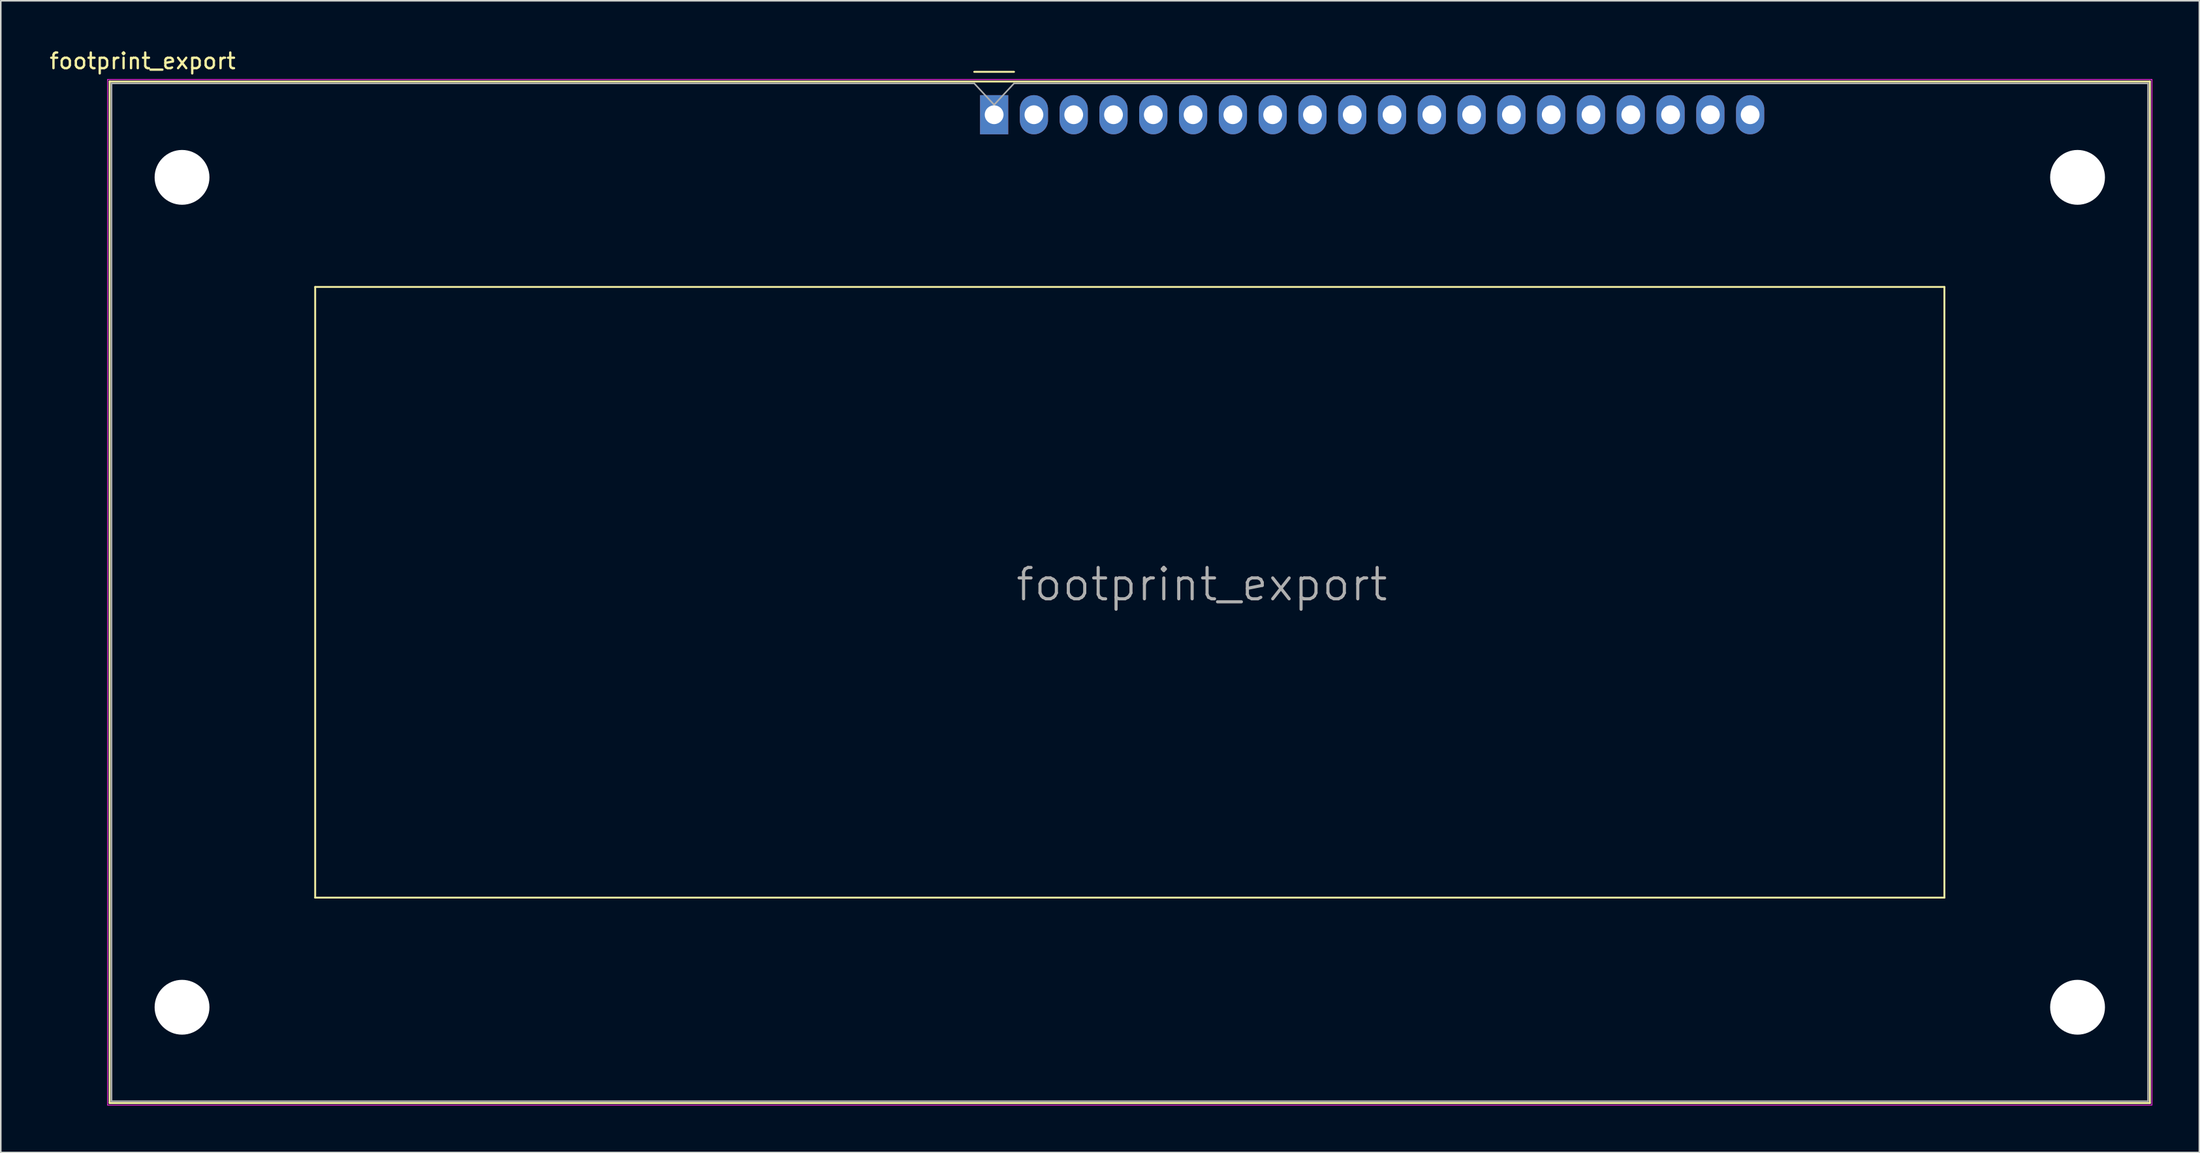
<source format=kicad_pcb>
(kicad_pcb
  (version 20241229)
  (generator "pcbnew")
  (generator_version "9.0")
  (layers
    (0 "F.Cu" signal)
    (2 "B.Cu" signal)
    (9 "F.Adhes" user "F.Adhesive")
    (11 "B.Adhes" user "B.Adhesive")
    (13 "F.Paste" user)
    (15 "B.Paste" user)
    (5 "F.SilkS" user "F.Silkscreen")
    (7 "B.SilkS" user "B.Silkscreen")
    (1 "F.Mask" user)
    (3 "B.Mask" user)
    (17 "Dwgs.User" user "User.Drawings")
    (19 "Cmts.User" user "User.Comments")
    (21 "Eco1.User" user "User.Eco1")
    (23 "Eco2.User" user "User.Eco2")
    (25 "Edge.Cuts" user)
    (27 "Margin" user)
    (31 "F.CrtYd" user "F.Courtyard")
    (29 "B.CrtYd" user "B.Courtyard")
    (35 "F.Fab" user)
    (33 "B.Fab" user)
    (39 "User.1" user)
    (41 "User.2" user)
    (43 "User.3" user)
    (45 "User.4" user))
  (footprint "footprint_export"
    (layer "F.Cu")
    (at 60.41 4.277)
    (property "Reference" "footprint_export" (at -54.356 -3.429 0) (layer "F.SilkS") (effects (font (size 1 1) (thickness 0.15))))
    (attr through_hole)
    (fp_line (start -56.46 -2.12) (end 73.78 -2.12) (stroke (width 0.12) (type solid)) (layer "F.SilkS"))
    (fp_line (start -56.46 63.12) (end -56.46 -2.12) (stroke (width 0.12) (type solid)) (layer "F.SilkS"))
    (fp_line (start -43.34 11) (end 60.66 11) (stroke (width 0.12) (type solid)) (layer "F.SilkS"))
    (fp_line (start -43.34 50) (end -43.34 11) (stroke (width 0.12) (type solid)) (layer "F.SilkS"))
    (fp_line (start 1.27 -2.74) (end -1.27 -2.74) (stroke (width 0.12) (type solid)) (layer "F.SilkS"))
    (fp_line (start 60.66 11) (end 60.66 50) (stroke (width 0.12) (type solid)) (layer "F.SilkS"))
    (fp_line (start 60.66 50) (end -43.34 50) (stroke (width 0.12) (type solid)) (layer "F.SilkS"))
    (fp_line (start 73.78 -2.12) (end 73.78 63.12) (stroke (width 0.12) (type solid)) (layer "F.SilkS"))
    (fp_line (start 73.78 63.12) (end -56.46 63.12) (stroke (width 0.12) (type solid)) (layer "F.SilkS"))
    (fp_line (start -56.59 -2.25) (end 73.91 -2.25) (stroke (width 0.05) (type solid)) (layer "F.CrtYd"))
    (fp_line (start -56.59 63.25) (end -56.59 -2.25) (stroke (width 0.05) (type solid)) (layer "F.CrtYd"))
    (fp_line (start 73.91 -2.25) (end 73.91 63.25) (stroke (width 0.05) (type solid)) (layer "F.CrtYd"))
    (fp_line (start 73.91 63.25) (end -56.59 63.25) (stroke (width 0.05) (type solid)) (layer "F.CrtYd"))
    (fp_line (start -56.34 -2) (end -1.27 -2) (stroke (width 0.1) (type solid)) (layer "F.Fab"))
    (fp_line (start -56.34 63) (end -56.34 -2) (stroke (width 0.1) (type solid)) (layer "F.Fab"))
    (fp_line (start 0 -0.635) (end -1.27 -2) (stroke (width 0.1) (type solid)) (layer "F.Fab"))
    (fp_line (start 1.27 -2) (end 0 -0.635) (stroke (width 0.1) (type solid)) (layer "F.Fab"))
    (fp_line (start 1.27 -2) (end 73.66 -2) (stroke (width 0.1) (type solid)) (layer "F.Fab"))
    (fp_line (start 73.66 -2) (end 73.66 63) (stroke (width 0.1) (type solid)) (layer "F.Fab"))
    (fp_line (start 73.66 63) (end -56.34 63) (stroke (width 0.1) (type solid)) (layer "F.Fab"))
    (fp_text user "${REFERENCE}" (at 13.26 30 0) (layer "F.Fab") (effects (font (size 2 2) (thickness 0.2))))
    (pad "" np_thru_hole circle (at -51.84 4 180) (size 3.5 3.5) (drill 3.5) (layers "*.Cu" "*.Mask"))
    (pad "" np_thru_hole circle (at -51.84 57 180) (size 3.5 3.5) (drill 3.5) (layers "*.Cu" "*.Mask"))
    (pad "" np_thru_hole circle (at 69.16 4 180) (size 3.5 3.5) (drill 3.5) (layers "*.Cu" "*.Mask"))
    (pad "" np_thru_hole circle (at 69.16 57 180) (size 3.5 3.5) (drill 3.5) (layers "*.Cu" "*.Mask"))
    (pad "1" thru_hole rect (at 0 0 180) (size 1.8 2.5) (drill 1.2) (layers "*.Cu" "*.Mask"))
    (pad "2" thru_hole oval (at 2.54 0 180) (size 1.8 2.5) (drill 1.2) (layers "*.Cu" "*.Mask"))
    (pad "3" thru_hole oval (at 5.08 0 180) (size 1.8 2.5) (drill 1.2) (layers "*.Cu" "*.Mask"))
    (pad "4" thru_hole oval (at 7.62 0 180) (size 1.8 2.5) (drill 1.2) (layers "*.Cu" "*.Mask"))
    (pad "5" thru_hole oval (at 10.16 0 180) (size 1.8 2.5) (drill 1.2) (layers "*.Cu" "*.Mask"))
    (pad "6" thru_hole oval (at 12.7 0 180) (size 1.8 2.5) (drill 1.2) (layers "*.Cu" "*.Mask"))
    (pad "7" thru_hole oval (at 15.24 0 180) (size 1.8 2.5) (drill 1.2) (layers "*.Cu" "*.Mask"))
    (pad "8" thru_hole oval (at 17.78 0 180) (size 1.8 2.5) (drill 1.2) (layers "*.Cu" "*.Mask"))
    (pad "9" thru_hole oval (at 20.32 0 180) (size 1.8 2.5) (drill 1.2) (layers "*.Cu" "*.Mask"))
    (pad "10" thru_hole oval (at 22.86 0 180) (size 1.8 2.5) (drill 1.2) (layers "*.Cu" "*.Mask"))
    (pad "11" thru_hole oval (at 25.4 0 180) (size 1.8 2.5) (drill 1.2) (layers "*.Cu" "*.Mask"))
    (pad "12" thru_hole oval (at 27.94 0 180) (size 1.8 2.5) (drill 1.2) (layers "*.Cu" "*.Mask"))
    (pad "13" thru_hole oval (at 30.48 0 180) (size 1.8 2.5) (drill 1.2) (layers "*.Cu" "*.Mask"))
    (pad "14" thru_hole oval (at 33.02 0 180) (size 1.8 2.5) (drill 1.2) (layers "*.Cu" "*.Mask"))
    (pad "15" thru_hole oval (at 35.56 0 180) (size 1.8 2.5) (drill 1.2) (layers "*.Cu" "*.Mask"))
    (pad "16" thru_hole oval (at 38.1 0 180) (size 1.8 2.5) (drill 1.2) (layers "*.Cu" "*.Mask"))
    (pad "17" thru_hole oval (at 40.64 0 180) (size 1.8 2.5) (drill 1.2) (layers "*.Cu" "*.Mask"))
    (pad "18" thru_hole oval (at 43.18 0 180) (size 1.8 2.5) (drill 1.2) (layers "*.Cu" "*.Mask"))
    (pad "19" thru_hole oval (at 45.72 0 180) (size 1.8 2.5) (drill 1.2) (layers "*.Cu" "*.Mask"))
    (pad "20" thru_hole oval (at 48.26 0 180) (size 1.8 2.5) (drill 1.2) (layers "*.Cu" "*.Mask")))
  (gr_rect
    (start -3 -3)
    (end 137.345 70.552)
    (stroke (width 0.1) (type default))
    (fill no)
    (layer "Edge.Cuts")))
</source>
